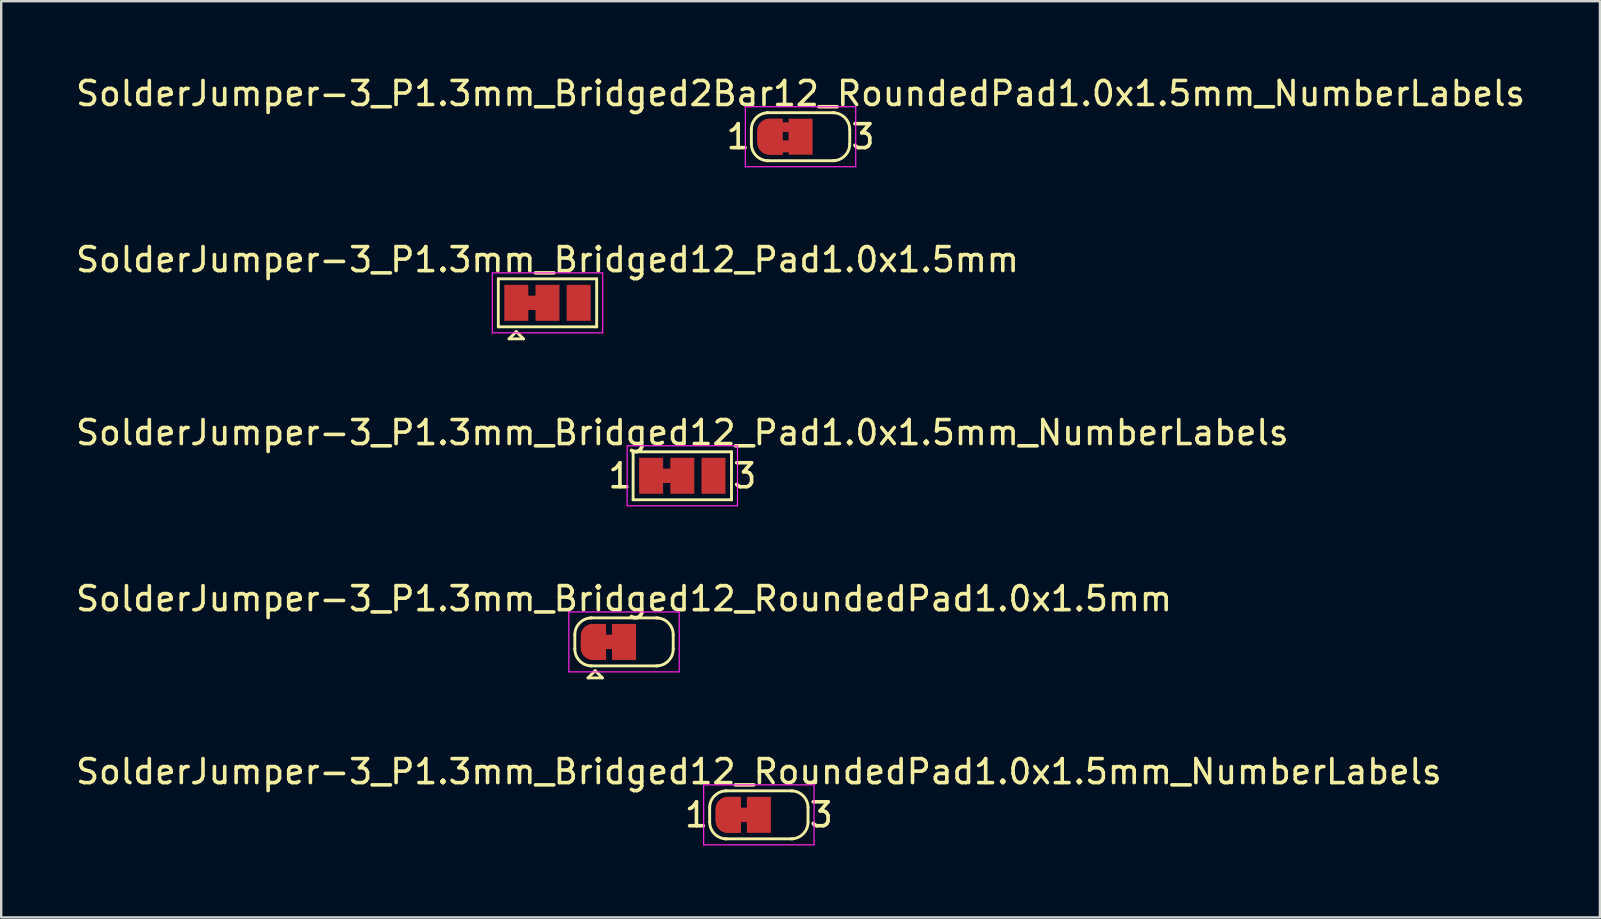
<source format=kicad_pcb>
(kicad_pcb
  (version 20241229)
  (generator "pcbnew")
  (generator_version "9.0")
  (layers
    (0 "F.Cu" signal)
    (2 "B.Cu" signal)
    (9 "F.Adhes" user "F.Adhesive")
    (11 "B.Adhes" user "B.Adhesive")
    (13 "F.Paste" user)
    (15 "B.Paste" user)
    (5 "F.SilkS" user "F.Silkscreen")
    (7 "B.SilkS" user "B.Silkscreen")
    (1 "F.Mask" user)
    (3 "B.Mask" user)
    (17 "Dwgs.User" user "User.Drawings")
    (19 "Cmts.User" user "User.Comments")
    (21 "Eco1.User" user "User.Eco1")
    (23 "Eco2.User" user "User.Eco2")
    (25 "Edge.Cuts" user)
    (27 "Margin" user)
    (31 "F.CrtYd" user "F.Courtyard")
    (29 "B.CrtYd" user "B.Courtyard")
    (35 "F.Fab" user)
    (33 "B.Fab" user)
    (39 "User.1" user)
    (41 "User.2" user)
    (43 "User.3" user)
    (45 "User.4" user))
  (footprint "SolderJumper-3_P1.3mm_Bridged12_Pad1.0x1.5mm"
    (layer "F.Cu")
    (at 19.768 9.572)
    (property "Reference" "SolderJumper-3_P1.3mm_Bridged12_Pad1.0x1.5mm" (at 0 -1.8 0) (layer "F.SilkS") (effects (font (size 1 1) (thickness 0.15))))
    (attr exclude_from_pos_files exclude_from_bom)
    (fp_poly (pts (xy -0.9 -0.3) (xy -0.9 0.3) (xy -0.4 0.3) (xy -0.4 -0.3)) (stroke (width 0) (type solid)) (fill yes) (layer "F.Cu"))
    (fp_line (start -2.05 -1) (end 2.05 -1) (stroke (width 0.12) (type solid)) (layer "F.SilkS"))
    (fp_line (start -2.05 1) (end -2.05 -1) (stroke (width 0.12) (type solid)) (layer "F.SilkS"))
    (fp_line (start -1.6 1.5) (end -1 1.5) (stroke (width 0.12) (type solid)) (layer "F.SilkS"))
    (fp_line (start -1.3 1.2) (end -1.6 1.5) (stroke (width 0.12) (type solid)) (layer "F.SilkS"))
    (fp_line (start -1.3 1.2) (end -1 1.5) (stroke (width 0.12) (type solid)) (layer "F.SilkS"))
    (fp_line (start 2.05 -1) (end 2.05 1) (stroke (width 0.12) (type solid)) (layer "F.SilkS"))
    (fp_line (start 2.05 1) (end -2.05 1) (stroke (width 0.12) (type solid)) (layer "F.SilkS"))
    (fp_line (start -2.3 -1.25) (end -2.3 1.25) (stroke (width 0.05) (type solid)) (layer "F.CrtYd"))
    (fp_line (start -2.3 -1.25) (end 2.3 -1.25) (stroke (width 0.05) (type solid)) (layer "F.CrtYd"))
    (fp_line (start 2.3 1.25) (end -2.3 1.25) (stroke (width 0.05) (type solid)) (layer "F.CrtYd"))
    (fp_line (start 2.3 1.25) (end 2.3 -1.25) (stroke (width 0.05) (type solid)) (layer "F.CrtYd"))
    (pad "1" smd rect (at -1.3 0) (size 1 1.5) (layers "F.Cu" "F.Mask"))
    (pad "2" smd rect (at 0 0) (size 1 1.5) (layers "F.Cu" "F.Mask"))
    (pad "3" smd rect (at 1.3 0) (size 1 1.5) (layers "F.Cu" "F.Mask")))
  (footprint "SolderJumper-3_P1.3mm_Bridged2Bar12_RoundedPad1.0x1.5mm_NumberLabels"
    (layer "F.Cu")
    (at 30.315 2.648)
    (property "Reference" "SolderJumper-3_P1.3mm_Bridged2Bar12_RoundedPad1.0x1.5mm_NumberLabels" (at 0 -1.8 0) (layer "F.SilkS") (effects (font (size 1 1) (thickness 0.15))))
    (attr exclude_from_pos_files exclude_from_bom)
    (fp_poly (pts (xy -0.85 -0.6) (xy -0.85 -0.2) (xy -0.4 -0.2) (xy -0.4 -0.6)) (stroke (width 0) (type solid)) (fill yes) (layer "F.Cu"))
    (fp_poly (pts (xy -0.85 0.2) (xy -0.85 0.6) (xy -0.4 0.6) (xy -0.4 0.2)) (stroke (width 0.1) (type solid)) (fill yes) (layer "F.Cu"))
    (fp_line (start -2.05 0.3) (end -2.05 -0.3) (stroke (width 0.12) (type solid)) (layer "F.SilkS"))
    (fp_line (start -1.4 -1) (end 1.4 -1) (stroke (width 0.12) (type solid)) (layer "F.SilkS"))
    (fp_line (start 1.4 1) (end -1.4 1) (stroke (width 0.12) (type solid)) (layer "F.SilkS"))
    (fp_line (start 2.05 -0.3) (end 2.05 0.3) (stroke (width 0.12) (type solid)) (layer "F.SilkS"))
    (fp_arc (start -2.05 -0.3) (mid -1.844975 -0.794975) (end -1.35 -1) (stroke (width 0.12) (type solid)) (layer "F.SilkS"))
    (fp_arc (start -1.35 1) (mid -1.844975 0.794975) (end -2.05 0.3) (stroke (width 0.12) (type solid)) (layer "F.SilkS"))
    (fp_arc (start 1.35 -1) (mid 1.844975 -0.794975) (end 2.05 -0.3) (stroke (width 0.12) (type solid)) (layer "F.SilkS"))
    (fp_arc (start 2.05 0.3) (mid 1.844975 0.794975) (end 1.35 1) (stroke (width 0.12) (type solid)) (layer "F.SilkS"))
    (fp_line (start -2.3 -1.25) (end -2.3 1.25) (stroke (width 0.05) (type solid)) (layer "F.CrtYd"))
    (fp_line (start -2.3 -1.25) (end 2.3 -1.25) (stroke (width 0.05) (type solid)) (layer "F.CrtYd"))
    (fp_line (start 2.3 1.25) (end -2.3 1.25) (stroke (width 0.05) (type solid)) (layer "F.CrtYd"))
    (fp_line (start 2.3 1.25) (end 2.3 -1.25) (stroke (width 0.05) (type solid)) (layer "F.CrtYd"))
    (fp_text user "1" (at -2.6 0 0) (layer "F.SilkS") (effects (font (size 1 1) (thickness 0.15))))
    (fp_text user "3" (at 2.6 0 0) (layer "F.SilkS") (effects (font (size 1 1) (thickness 0.15))))
    (pad "1" smd custom (at -1.3 0) (size 1 0.5) (layers "F.Cu" "F.Mask") (options (anchor rect)) (primitives (gr_circle (center 0 0.25) (end 0.5 0.25) (width 0) (fill yes)) (gr_circle (center 0 -0.25) (end 0.5 -0.25) (width 0) (fill yes)) (gr_poly (pts (xy 0.55 -0.75) (xy 0 -0.75) (xy 0 0.75) (xy 0.55 0.75)) (width 0) (fill yes))))
    (pad "1" smd custom (at -1.3 0) (size 1 0.5) (layers "F.Cu" "F.Mask") (options (anchor rect)) (primitives (gr_circle (center 0 0.25) (end 0.5 0.25) (width 0) (fill yes)) (gr_circle (center 0 -0.25) (end 0.5 -0.25) (width 0) (fill yes)) (gr_poly (pts (xy 0.55 -0.75) (xy 0 -0.75) (xy 0 0.75) (xy 0.55 0.75)) (width 0) (fill yes))))
    (pad "2" smd rect (at 0 0) (size 1 1.5) (layers "F.Cu" "F.Mask")))
  (footprint "SolderJumper-3_P1.3mm_Bridged12_RoundedPad1.0x1.5mm_NumberLabels"
    (layer "F.Cu")
    (at 28.577 30.911)
    (property "Reference" "SolderJumper-3_P1.3mm_Bridged12_RoundedPad1.0x1.5mm_NumberLabels" (at 0 -1.8 0) (layer "F.SilkS") (effects (font (size 1 1) (thickness 0.15))))
    (attr exclude_from_pos_files exclude_from_bom)
    (fp_poly (pts (xy -0.85 -0.3) (xy -0.85 0.3) (xy -0.4 0.3) (xy -0.4 -0.3)) (stroke (width 0) (type solid)) (fill yes) (layer "F.Cu"))
    (fp_line (start -2.05 0.3) (end -2.05 -0.3) (stroke (width 0.12) (type solid)) (layer "F.SilkS"))
    (fp_line (start -1.4 -1) (end 1.4 -1) (stroke (width 0.12) (type solid)) (layer "F.SilkS"))
    (fp_line (start 1.4 1) (end -1.4 1) (stroke (width 0.12) (type solid)) (layer "F.SilkS"))
    (fp_line (start 2.05 -0.3) (end 2.05 0.3) (stroke (width 0.12) (type solid)) (layer "F.SilkS"))
    (fp_arc (start -2.05 -0.3) (mid -1.844975 -0.794975) (end -1.35 -1) (stroke (width 0.12) (type solid)) (layer "F.SilkS"))
    (fp_arc (start -1.35 1) (mid -1.844975 0.794975) (end -2.05 0.3) (stroke (width 0.12) (type solid)) (layer "F.SilkS"))
    (fp_arc (start 1.35 -1) (mid 1.844975 -0.794975) (end 2.05 -0.3) (stroke (width 0.12) (type solid)) (layer "F.SilkS"))
    (fp_arc (start 2.05 0.3) (mid 1.844975 0.794975) (end 1.35 1) (stroke (width 0.12) (type solid)) (layer "F.SilkS"))
    (fp_line (start -2.3 -1.25) (end -2.3 1.25) (stroke (width 0.05) (type solid)) (layer "F.CrtYd"))
    (fp_line (start -2.3 -1.25) (end 2.3 -1.25) (stroke (width 0.05) (type solid)) (layer "F.CrtYd"))
    (fp_line (start 2.3 1.25) (end -2.3 1.25) (stroke (width 0.05) (type solid)) (layer "F.CrtYd"))
    (fp_line (start 2.3 1.25) (end 2.3 -1.25) (stroke (width 0.05) (type solid)) (layer "F.CrtYd"))
    (fp_text user "1" (at -2.6 0 0) (layer "F.SilkS") (effects (font (size 1 1) (thickness 0.15))))
    (fp_text user "3" (at 2.6 0 0) (layer "F.SilkS") (effects (font (size 1 1) (thickness 0.15))))
    (pad "1" smd custom (at -1.3 0) (size 1 0.5) (layers "F.Cu" "F.Mask") (options (anchor rect)) (primitives (gr_poly (pts (xy 0.55 -0.75) (xy 0 -0.75) (xy 0 0.75) (xy 0.55 0.75)) (width 0) (fill yes)) (gr_circle (center 0 0.25) (end 0.5 0.25) (width 0) (fill yes)) (gr_circle (center 0 -0.25) (end 0.5 -0.25) (width 0) (fill yes))))
    (pad "1" smd custom (at -1.3 0) (size 1 0.5) (layers "F.Cu" "F.Mask") (options (anchor rect)) (primitives (gr_circle (center 0 0.25) (end 0.5 0.25) (width 0) (fill yes)) (gr_circle (center 0 -0.25) (end 0.5 -0.25) (width 0) (fill yes)) (gr_poly (pts (xy 0.55 -0.75) (xy 0 -0.75) (xy 0 0.75) (xy 0.55 0.75)) (width 0) (fill yes))))
    (pad "2" smd rect (at 0 0) (size 1 1.5) (layers "F.Cu" "F.Mask")))
  (footprint "SolderJumper-3_P1.3mm_Bridged12_Pad1.0x1.5mm_NumberLabels"
    (layer "F.Cu")
    (at 25.387 16.78)
    (property "Reference" "SolderJumper-3_P1.3mm_Bridged12_Pad1.0x1.5mm_NumberLabels" (at 0 -1.8 0) (layer "F.SilkS") (effects (font (size 1 1) (thickness 0.15))))
    (attr exclude_from_pos_files exclude_from_bom)
    (fp_poly (pts (xy -0.9 -0.3) (xy -0.9 0.3) (xy -0.4 0.3) (xy -0.4 -0.3)) (stroke (width 0) (type solid)) (fill yes) (layer "F.Cu"))
    (fp_line (start -2.05 -1) (end 2.05 -1) (stroke (width 0.12) (type solid)) (layer "F.SilkS"))
    (fp_line (start -2.05 1) (end -2.05 -1) (stroke (width 0.12) (type solid)) (layer "F.SilkS"))
    (fp_line (start 2.05 -1) (end 2.05 1) (stroke (width 0.12) (type solid)) (layer "F.SilkS"))
    (fp_line (start 2.05 1) (end -2.05 1) (stroke (width 0.12) (type solid)) (layer "F.SilkS"))
    (fp_line (start -2.3 -1.25) (end -2.3 1.25) (stroke (width 0.05) (type solid)) (layer "F.CrtYd"))
    (fp_line (start -2.3 -1.25) (end 2.3 -1.25) (stroke (width 0.05) (type solid)) (layer "F.CrtYd"))
    (fp_line (start 2.3 1.25) (end -2.3 1.25) (stroke (width 0.05) (type solid)) (layer "F.CrtYd"))
    (fp_line (start 2.3 1.25) (end 2.3 -1.25) (stroke (width 0.05) (type solid)) (layer "F.CrtYd"))
    (fp_text user "3" (at 2.6 0 0) (layer "F.SilkS") (effects (font (size 1 1) (thickness 0.15))))
    (fp_text user "1" (at -2.6 0 0) (layer "F.SilkS") (effects (font (size 1 1) (thickness 0.15))))
    (pad "1" smd rect (at -1.3 0) (size 1 1.5) (layers "F.Cu" "F.Mask"))
    (pad "2" smd rect (at 0 0) (size 1 1.5) (layers "F.Cu" "F.Mask"))
    (pad "3" smd rect (at 1.3 0) (size 1 1.5) (layers "F.Cu" "F.Mask")))
  (footprint "SolderJumper-3_P1.3mm_Bridged12_RoundedPad1.0x1.5mm"
    (layer "F.Cu")
    (at 22.958 23.703)
    (property "Reference" "SolderJumper-3_P1.3mm_Bridged12_RoundedPad1.0x1.5mm" (at 0 -1.8 0) (layer "F.SilkS") (effects (font (size 1 1) (thickness 0.15))))
    (attr exclude_from_pos_files exclude_from_bom)
    (fp_poly (pts (xy -0.85 -0.3) (xy -0.85 0.3) (xy -0.4 0.3) (xy -0.4 -0.3)) (stroke (width 0) (type solid)) (fill yes) (layer "F.Cu"))
    (fp_line (start -2.05 0.3) (end -2.05 -0.3) (stroke (width 0.12) (type solid)) (layer "F.SilkS"))
    (fp_line (start -1.5 1.5) (end -0.9 1.5) (stroke (width 0.12) (type solid)) (layer "F.SilkS"))
    (fp_line (start -1.4 -1) (end 1.4 -1) (stroke (width 0.12) (type solid)) (layer "F.SilkS"))
    (fp_line (start -1.2 1.2) (end -1.5 1.5) (stroke (width 0.12) (type solid)) (layer "F.SilkS"))
    (fp_line (start -1.2 1.2) (end -0.9 1.5) (stroke (width 0.12) (type solid)) (layer "F.SilkS"))
    (fp_line (start 1.4 1) (end -1.4 1) (stroke (width 0.12) (type solid)) (layer "F.SilkS"))
    (fp_line (start 2.05 -0.3) (end 2.05 0.3) (stroke (width 0.12) (type solid)) (layer "F.SilkS"))
    (fp_arc (start -2.05 -0.3) (mid -1.844975 -0.794975) (end -1.35 -1) (stroke (width 0.12) (type solid)) (layer "F.SilkS"))
    (fp_arc (start -1.35 1) (mid -1.844975 0.794975) (end -2.05 0.3) (stroke (width 0.12) (type solid)) (layer "F.SilkS"))
    (fp_arc (start 1.35 -1) (mid 1.844975 -0.794975) (end 2.05 -0.3) (stroke (width 0.12) (type solid)) (layer "F.SilkS"))
    (fp_arc (start 2.05 0.3) (mid 1.844975 0.794975) (end 1.35 1) (stroke (width 0.12) (type solid)) (layer "F.SilkS"))
    (fp_line (start -2.3 -1.25) (end -2.3 1.25) (stroke (width 0.05) (type solid)) (layer "F.CrtYd"))
    (fp_line (start -2.3 -1.25) (end 2.3 -1.25) (stroke (width 0.05) (type solid)) (layer "F.CrtYd"))
    (fp_line (start 2.3 1.25) (end -2.3 1.25) (stroke (width 0.05) (type solid)) (layer "F.CrtYd"))
    (fp_line (start 2.3 1.25) (end 2.3 -1.25) (stroke (width 0.05) (type solid)) (layer "F.CrtYd"))
    (pad "1" smd custom (at -1.3 0) (size 1 0.5) (layers "F.Cu" "F.Mask") (options (anchor rect)) (primitives (gr_circle (center 0 0.25) (end 0.5 0.25) (width 0) (fill yes)) (gr_circle (center 0 -0.25) (end 0.5 -0.25) (width 0) (fill yes)) (gr_poly (pts (xy 0.55 -0.75) (xy 0 -0.75) (xy 0 0.75) (xy 0.55 0.75)) (width 0) (fill yes))))
    (pad "1" smd custom (at -1.3 0) (size 1 0.5) (layers "F.Cu" "F.Mask") (options (anchor rect)) (primitives (gr_circle (center 0 0.25) (end 0.5 0.25) (width 0) (fill yes)) (gr_circle (center 0 -0.25) (end 0.5 -0.25) (width 0) (fill yes)) (gr_poly (pts (xy 0.55 -0.75) (xy 0 -0.75) (xy 0 0.75) (xy 0.55 0.75)) (width 0) (fill yes))))
    (pad "2" smd rect (at 0 0) (size 1 1.5) (layers "F.Cu" "F.Mask")))
  (gr_rect
    (start -3 -3)
    (end 63.631 35.186)
    (stroke (width 0.1) (type default))
    (fill no)
    (layer "Edge.Cuts")))
</source>
